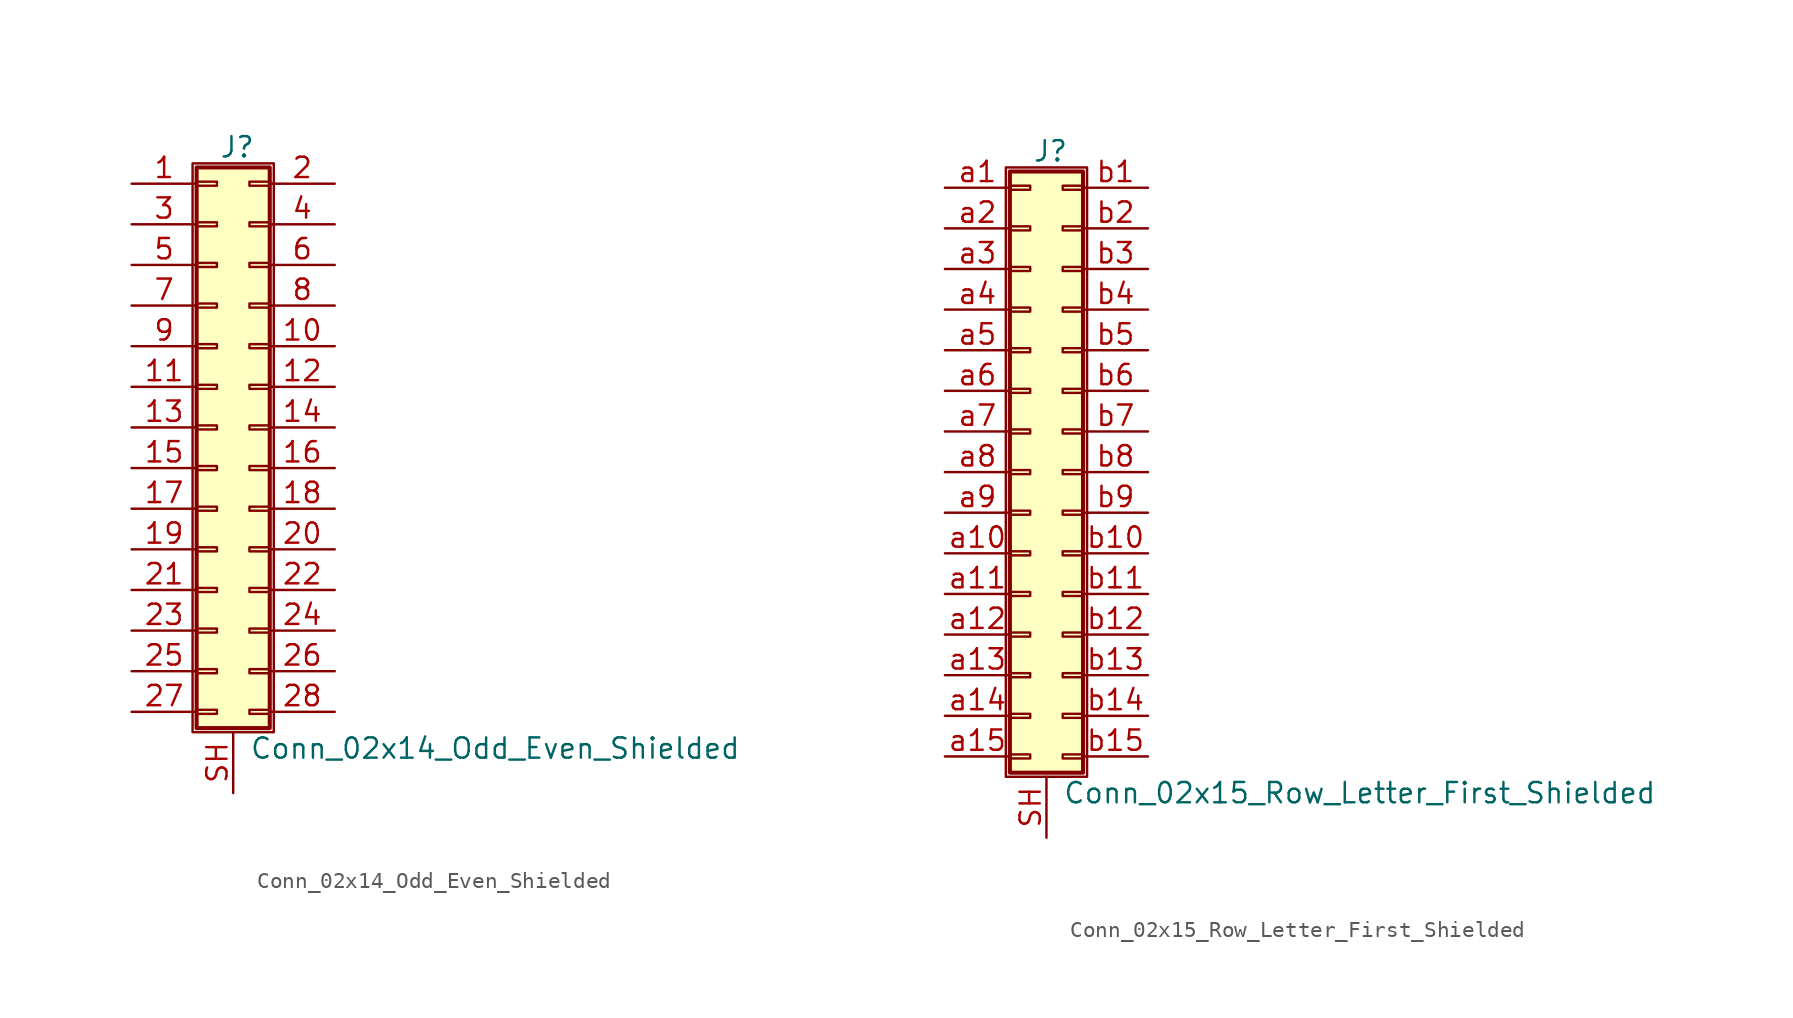
<source format=kicad_sym>
(kicad_symbol_lib
  (version 20211014)
  (generator kicad_symbol_editor)
  (symbol "Conn_02x14_Odd_Even_Shielded"
    (pin_names
      (offset 1.016) hide)
    (property "Reference" "J"
      (at 1.524 17.526 0)
      (effects (font (size 1.27 1.27))))
    (property "Value" "Conn_02x14_Odd_Even_Shielded"
      (at 2.286 -20.066 0)
      (effects (font (size 1.27 1.27)) (justify left)))
    (symbol "Conn_02x14_Odd_Even_Shielded_1_1"
      (rectangle (start -1.27 16.51) (end 3.81 -19.05) (stroke (width 0.152) (type default) (color 0 0 0 0)) (fill (type none)))
      (rectangle (start -1.016 -17.653) (end 0.254 -17.907) (stroke (width 0.152) (type default) (color 0 0 0 0)) (fill (type none)))
      (rectangle (start -1.016 -15.113) (end 0.254 -15.367) (stroke (width 0.152) (type default) (color 0 0 0 0)) (fill (type none)))
      (rectangle (start -1.016 -12.573) (end 0.254 -12.827) (stroke (width 0.152) (type default) (color 0 0 0 0)) (fill (type none)))
      (rectangle (start -1.016 -10.033) (end 0.254 -10.287) (stroke (width 0.152) (type default) (color 0 0 0 0)) (fill (type none)))
      (rectangle (start -1.016 -7.493) (end 0.254 -7.747) (stroke (width 0.152) (type default) (color 0 0 0 0)) (fill (type none)))
      (rectangle (start -1.016 -4.953) (end 0.254 -5.207) (stroke (width 0.152) (type default) (color 0 0 0 0)) (fill (type none)))
      (rectangle (start -1.016 -2.413) (end 0.254 -2.667) (stroke (width 0.152) (type default) (color 0 0 0 0)) (fill (type none)))
      (rectangle (start -1.016 0.127) (end 0.254 -0.127) (stroke (width 0.152) (type default) (color 0 0 0 0)) (fill (type none)))
      (rectangle (start -1.016 2.667) (end 0.254 2.413) (stroke (width 0.152) (type default) (color 0 0 0 0)) (fill (type none)))
      (rectangle (start -1.016 5.207) (end 0.254 4.953) (stroke (width 0.152) (type default) (color 0 0 0 0)) (fill (type none)))
      (rectangle (start -1.016 7.747) (end 0.254 7.493) (stroke (width 0.152) (type default) (color 0 0 0 0)) (fill (type none)))
      (rectangle (start -1.016 10.287) (end 0.254 10.033) (stroke (width 0.152) (type default) (color 0 0 0 0)) (fill (type none)))
      (rectangle (start -1.016 12.827) (end 0.254 12.573) (stroke (width 0.152) (type default) (color 0 0 0 0)) (fill (type none)))
      (rectangle (start -1.016 15.367) (end 0.254 15.113) (stroke (width 0.152) (type default) (color 0 0 0 0)) (fill (type none)))
      (rectangle (start -1.016 16.256) (end 3.556 -18.796) (stroke (width 0.254) (type default) (color 0 0 0 0)) (fill (type background)))
      (rectangle (start 3.556 -17.653) (end 2.286 -17.907) (stroke (width 0.152) (type default) (color 0 0 0 0)) (fill (type none)))
      (rectangle (start 3.556 -15.113) (end 2.286 -15.367) (stroke (width 0.152) (type default) (color 0 0 0 0)) (fill (type none)))
      (rectangle (start 3.556 -12.573) (end 2.286 -12.827) (stroke (width 0.152) (type default) (color 0 0 0 0)) (fill (type none)))
      (rectangle (start 3.556 -10.033) (end 2.286 -10.287) (stroke (width 0.152) (type default) (color 0 0 0 0)) (fill (type none)))
      (rectangle (start 3.556 -7.493) (end 2.286 -7.747) (stroke (width 0.152) (type default) (color 0 0 0 0)) (fill (type none)))
      (rectangle (start 3.556 -4.953) (end 2.286 -5.207) (stroke (width 0.152) (type default) (color 0 0 0 0)) (fill (type none)))
      (rectangle (start 3.556 -2.413) (end 2.286 -2.667) (stroke (width 0.152) (type default) (color 0 0 0 0)) (fill (type none)))
      (rectangle (start 3.556 0.127) (end 2.286 -0.127) (stroke (width 0.152) (type default) (color 0 0 0 0)) (fill (type none)))
      (rectangle (start 3.556 2.667) (end 2.286 2.413) (stroke (width 0.152) (type default) (color 0 0 0 0)) (fill (type none)))
      (rectangle (start 3.556 5.207) (end 2.286 4.953) (stroke (width 0.152) (type default) (color 0 0 0 0)) (fill (type none)))
      (rectangle (start 3.556 7.747) (end 2.286 7.493) (stroke (width 0.152) (type default) (color 0 0 0 0)) (fill (type none)))
      (rectangle (start 3.556 10.287) (end 2.286 10.033) (stroke (width 0.152) (type default) (color 0 0 0 0)) (fill (type none)))
      (rectangle (start 3.556 12.827) (end 2.286 12.573) (stroke (width 0.152) (type default) (color 0 0 0 0)) (fill (type none)))
      (rectangle (start 3.556 15.367) (end 2.286 15.113) (stroke (width 0.152) (type default) (color 0 0 0 0)) (fill (type none)))
      (pin passive line (at -5.08 15.24 0) (length 4.064) (name "Pin_1" (effects (font (size 1.27 1.27)))) (number "1" (effects (font (size 1.27 1.27)))))
      (pin passive line (at 7.62 5.08 180) (length 4.064) (name "Pin_10" (effects (font (size 1.27 1.27)))) (number "10" (effects (font (size 1.27 1.27)))))
      (pin passive line (at -5.08 2.54 0) (length 4.064) (name "Pin_11" (effects (font (size 1.27 1.27)))) (number "11" (effects (font (size 1.27 1.27)))))
      (pin passive line (at 7.62 2.54 180) (length 4.064) (name "Pin_12" (effects (font (size 1.27 1.27)))) (number "12" (effects (font (size 1.27 1.27)))))
      (pin passive line (at -5.08 0 0) (length 4.064) (name "Pin_13" (effects (font (size 1.27 1.27)))) (number "13" (effects (font (size 1.27 1.27)))))
      (pin passive line (at 7.62 0 180) (length 4.064) (name "Pin_14" (effects (font (size 1.27 1.27)))) (number "14" (effects (font (size 1.27 1.27)))))
      (pin passive line (at -5.08 -2.54 0) (length 4.064) (name "Pin_15" (effects (font (size 1.27 1.27)))) (number "15" (effects (font (size 1.27 1.27)))))
      (pin passive line (at 7.62 -2.54 180) (length 4.064) (name "Pin_16" (effects (font (size 1.27 1.27)))) (number "16" (effects (font (size 1.27 1.27)))))
      (pin passive line (at -5.08 -5.08 0) (length 4.064) (name "Pin_17" (effects (font (size 1.27 1.27)))) (number "17" (effects (font (size 1.27 1.27)))))
      (pin passive line (at 7.62 -5.08 180) (length 4.064) (name "Pin_18" (effects (font (size 1.27 1.27)))) (number "18" (effects (font (size 1.27 1.27)))))
      (pin passive line (at -5.08 -7.62 0) (length 4.064) (name "Pin_19" (effects (font (size 1.27 1.27)))) (number "19" (effects (font (size 1.27 1.27)))))
      (pin passive line (at 7.62 15.24 180) (length 4.064) (name "Pin_2" (effects (font (size 1.27 1.27)))) (number "2" (effects (font (size 1.27 1.27)))))
      (pin passive line (at 7.62 -7.62 180) (length 4.064) (name "Pin_20" (effects (font (size 1.27 1.27)))) (number "20" (effects (font (size 1.27 1.27)))))
      (pin passive line (at -5.08 -10.16 0) (length 4.064) (name "Pin_21" (effects (font (size 1.27 1.27)))) (number "21" (effects (font (size 1.27 1.27)))))
      (pin passive line (at 7.62 -10.16 180) (length 4.064) (name "Pin_22" (effects (font (size 1.27 1.27)))) (number "22" (effects (font (size 1.27 1.27)))))
      (pin passive line (at -5.08 -12.7 0) (length 4.064) (name "Pin_23" (effects (font (size 1.27 1.27)))) (number "23" (effects (font (size 1.27 1.27)))))
      (pin passive line (at 7.62 -12.7 180) (length 4.064) (name "Pin_24" (effects (font (size 1.27 1.27)))) (number "24" (effects (font (size 1.27 1.27)))))
      (pin passive line (at -5.08 -15.24 0) (length 4.064) (name "Pin_25" (effects (font (size 1.27 1.27)))) (number "25" (effects (font (size 1.27 1.27)))))
      (pin passive line (at 7.62 -15.24 180) (length 4.064) (name "Pin_26" (effects (font (size 1.27 1.27)))) (number "26" (effects (font (size 1.27 1.27)))))
      (pin passive line (at -5.08 -17.78 0) (length 4.064) (name "Pin_27" (effects (font (size 1.27 1.27)))) (number "27" (effects (font (size 1.27 1.27)))))
      (pin passive line (at 7.62 -17.78 180) (length 4.064) (name "Pin_28" (effects (font (size 1.27 1.27)))) (number "28" (effects (font (size 1.27 1.27)))))
      (pin passive line (at -5.08 12.7 0) (length 4.064) (name "Pin_3" (effects (font (size 1.27 1.27)))) (number "3" (effects (font (size 1.27 1.27)))))
      (pin passive line (at 7.62 12.7 180) (length 4.064) (name "Pin_4" (effects (font (size 1.27 1.27)))) (number "4" (effects (font (size 1.27 1.27)))))
      (pin passive line (at -5.08 10.16 0) (length 4.064) (name "Pin_5" (effects (font (size 1.27 1.27)))) (number "5" (effects (font (size 1.27 1.27)))))
      (pin passive line (at 7.62 10.16 180) (length 4.064) (name "Pin_6" (effects (font (size 1.27 1.27)))) (number "6" (effects (font (size 1.27 1.27)))))
      (pin passive line (at -5.08 7.62 0) (length 4.064) (name "Pin_7" (effects (font (size 1.27 1.27)))) (number "7" (effects (font (size 1.27 1.27)))))
      (pin passive line (at 7.62 7.62 180) (length 4.064) (name "Pin_8" (effects (font (size 1.27 1.27)))) (number "8" (effects (font (size 1.27 1.27)))))
      (pin passive line (at -5.08 5.08 0) (length 4.064) (name "Pin_9" (effects (font (size 1.27 1.27)))) (number "9" (effects (font (size 1.27 1.27)))))
      (pin passive line (at 1.27 -22.86 90) (length 3.81) (name "Shield" (effects (font (size 1.27 1.27)))) (number "SH" (effects (font (size 1.27 1.27)))))))
  (symbol "Conn_02x15_Row_Letter_First_Shielded"
    (pin_names
      (offset 1.016) hide)
    (property "Reference" "J"
      (at 1.524 20.066 0)
      (effects (font (size 1.27 1.27))))
    (property "Value" "Conn_02x15_Row_Letter_First_Shielded"
      (at 2.286 -20.066 0)
      (effects (font (size 1.27 1.27)) (justify left)))
    (symbol "Conn_02x15_Row_Letter_First_Shielded_1_1"
      (rectangle (start -1.27 19.05) (end 3.81 -19.05) (stroke (width 0.152) (type default) (color 0 0 0 0)) (fill (type none)))
      (rectangle (start -1.016 -17.653) (end 0.254 -17.907) (stroke (width 0.152) (type default) (color 0 0 0 0)) (fill (type none)))
      (rectangle (start -1.016 -15.113) (end 0.254 -15.367) (stroke (width 0.152) (type default) (color 0 0 0 0)) (fill (type none)))
      (rectangle (start -1.016 -12.573) (end 0.254 -12.827) (stroke (width 0.152) (type default) (color 0 0 0 0)) (fill (type none)))
      (rectangle (start -1.016 -10.033) (end 0.254 -10.287) (stroke (width 0.152) (type default) (color 0 0 0 0)) (fill (type none)))
      (rectangle (start -1.016 -7.493) (end 0.254 -7.747) (stroke (width 0.152) (type default) (color 0 0 0 0)) (fill (type none)))
      (rectangle (start -1.016 -4.953) (end 0.254 -5.207) (stroke (width 0.152) (type default) (color 0 0 0 0)) (fill (type none)))
      (rectangle (start -1.016 -2.413) (end 0.254 -2.667) (stroke (width 0.152) (type default) (color 0 0 0 0)) (fill (type none)))
      (rectangle (start -1.016 0.127) (end 0.254 -0.127) (stroke (width 0.152) (type default) (color 0 0 0 0)) (fill (type none)))
      (rectangle (start -1.016 2.667) (end 0.254 2.413) (stroke (width 0.152) (type default) (color 0 0 0 0)) (fill (type none)))
      (rectangle (start -1.016 5.207) (end 0.254 4.953) (stroke (width 0.152) (type default) (color 0 0 0 0)) (fill (type none)))
      (rectangle (start -1.016 7.747) (end 0.254 7.493) (stroke (width 0.152) (type default) (color 0 0 0 0)) (fill (type none)))
      (rectangle (start -1.016 10.287) (end 0.254 10.033) (stroke (width 0.152) (type default) (color 0 0 0 0)) (fill (type none)))
      (rectangle (start -1.016 12.827) (end 0.254 12.573) (stroke (width 0.152) (type default) (color 0 0 0 0)) (fill (type none)))
      (rectangle (start -1.016 15.367) (end 0.254 15.113) (stroke (width 0.152) (type default) (color 0 0 0 0)) (fill (type none)))
      (rectangle (start -1.016 17.907) (end 0.254 17.653) (stroke (width 0.152) (type default) (color 0 0 0 0)) (fill (type none)))
      (rectangle (start -1.016 18.796) (end 3.556 -18.796) (stroke (width 0.254) (type default) (color 0 0 0 0)) (fill (type background)))
      (rectangle (start 3.556 -17.653) (end 2.286 -17.907) (stroke (width 0.152) (type default) (color 0 0 0 0)) (fill (type none)))
      (rectangle (start 3.556 -15.113) (end 2.286 -15.367) (stroke (width 0.152) (type default) (color 0 0 0 0)) (fill (type none)))
      (rectangle (start 3.556 -12.573) (end 2.286 -12.827) (stroke (width 0.152) (type default) (color 0 0 0 0)) (fill (type none)))
      (rectangle (start 3.556 -10.033) (end 2.286 -10.287) (stroke (width 0.152) (type default) (color 0 0 0 0)) (fill (type none)))
      (rectangle (start 3.556 -7.493) (end 2.286 -7.747) (stroke (width 0.152) (type default) (color 0 0 0 0)) (fill (type none)))
      (rectangle (start 3.556 -4.953) (end 2.286 -5.207) (stroke (width 0.152) (type default) (color 0 0 0 0)) (fill (type none)))
      (rectangle (start 3.556 -2.413) (end 2.286 -2.667) (stroke (width 0.152) (type default) (color 0 0 0 0)) (fill (type none)))
      (rectangle (start 3.556 0.127) (end 2.286 -0.127) (stroke (width 0.152) (type default) (color 0 0 0 0)) (fill (type none)))
      (rectangle (start 3.556 2.667) (end 2.286 2.413) (stroke (width 0.152) (type default) (color 0 0 0 0)) (fill (type none)))
      (rectangle (start 3.556 5.207) (end 2.286 4.953) (stroke (width 0.152) (type default) (color 0 0 0 0)) (fill (type none)))
      (rectangle (start 3.556 7.747) (end 2.286 7.493) (stroke (width 0.152) (type default) (color 0 0 0 0)) (fill (type none)))
      (rectangle (start 3.556 10.287) (end 2.286 10.033) (stroke (width 0.152) (type default) (color 0 0 0 0)) (fill (type none)))
      (rectangle (start 3.556 12.827) (end 2.286 12.573) (stroke (width 0.152) (type default) (color 0 0 0 0)) (fill (type none)))
      (rectangle (start 3.556 15.367) (end 2.286 15.113) (stroke (width 0.152) (type default) (color 0 0 0 0)) (fill (type none)))
      (rectangle (start 3.556 17.907) (end 2.286 17.653) (stroke (width 0.152) (type default) (color 0 0 0 0)) (fill (type none)))
      (pin passive line (at 1.27 -22.86 90) (length 3.81) (name "Shield" (effects (font (size 1.27 1.27)))) (number "SH" (effects (font (size 1.27 1.27)))))
      (pin passive line (at -5.08 17.78 0) (length 4.064) (name "Pin_a1" (effects (font (size 1.27 1.27)))) (number "a1" (effects (font (size 1.27 1.27)))))
      (pin passive line (at -5.08 -5.08 0) (length 4.064) (name "Pin_a10" (effects (font (size 1.27 1.27)))) (number "a10" (effects (font (size 1.27 1.27)))))
      (pin passive line (at -5.08 -7.62 0) (length 4.064) (name "Pin_a11" (effects (font (size 1.27 1.27)))) (number "a11" (effects (font (size 1.27 1.27)))))
      (pin passive line (at -5.08 -10.16 0) (length 4.064) (name "Pin_a12" (effects (font (size 1.27 1.27)))) (number "a12" (effects (font (size 1.27 1.27)))))
      (pin passive line (at -5.08 -12.7 0) (length 4.064) (name "Pin_a13" (effects (font (size 1.27 1.27)))) (number "a13" (effects (font (size 1.27 1.27)))))
      (pin passive line (at -5.08 -15.24 0) (length 4.064) (name "Pin_a14" (effects (font (size 1.27 1.27)))) (number "a14" (effects (font (size 1.27 1.27)))))
      (pin passive line (at -5.08 -17.78 0) (length 4.064) (name "Pin_a15" (effects (font (size 1.27 1.27)))) (number "a15" (effects (font (size 1.27 1.27)))))
      (pin passive line (at -5.08 15.24 0) (length 4.064) (name "Pin_a2" (effects (font (size 1.27 1.27)))) (number "a2" (effects (font (size 1.27 1.27)))))
      (pin passive line (at -5.08 12.7 0) (length 4.064) (name "Pin_a3" (effects (font (size 1.27 1.27)))) (number "a3" (effects (font (size 1.27 1.27)))))
      (pin passive line (at -5.08 10.16 0) (length 4.064) (name "Pin_a4" (effects (font (size 1.27 1.27)))) (number "a4" (effects (font (size 1.27 1.27)))))
      (pin passive line (at -5.08 7.62 0) (length 4.064) (name "Pin_a5" (effects (font (size 1.27 1.27)))) (number "a5" (effects (font (size 1.27 1.27)))))
      (pin passive line (at -5.08 5.08 0) (length 4.064) (name "Pin_a6" (effects (font (size 1.27 1.27)))) (number "a6" (effects (font (size 1.27 1.27)))))
      (pin passive line (at -5.08 2.54 0) (length 4.064) (name "Pin_a7" (effects (font (size 1.27 1.27)))) (number "a7" (effects (font (size 1.27 1.27)))))
      (pin passive line (at -5.08 0 0) (length 4.064) (name "Pin_a8" (effects (font (size 1.27 1.27)))) (number "a8" (effects (font (size 1.27 1.27)))))
      (pin passive line (at -5.08 -2.54 0) (length 4.064) (name "Pin_a9" (effects (font (size 1.27 1.27)))) (number "a9" (effects (font (size 1.27 1.27)))))
      (pin passive line (at 7.62 17.78 180) (length 4.064) (name "Pin_b1" (effects (font (size 1.27 1.27)))) (number "b1" (effects (font (size 1.27 1.27)))))
      (pin passive line (at 7.62 -5.08 180) (length 4.064) (name "Pin_b10" (effects (font (size 1.27 1.27)))) (number "b10" (effects (font (size 1.27 1.27)))))
      (pin passive line (at 7.62 -7.62 180) (length 4.064) (name "Pin_b11" (effects (font (size 1.27 1.27)))) (number "b11" (effects (font (size 1.27 1.27)))))
      (pin passive line (at 7.62 -10.16 180) (length 4.064) (name "Pin_b12" (effects (font (size 1.27 1.27)))) (number "b12" (effects (font (size 1.27 1.27)))))
      (pin passive line (at 7.62 -12.7 180) (length 4.064) (name "Pin_b13" (effects (font (size 1.27 1.27)))) (number "b13" (effects (font (size 1.27 1.27)))))
      (pin passive line (at 7.62 -15.24 180) (length 4.064) (name "Pin_b14" (effects (font (size 1.27 1.27)))) (number "b14" (effects (font (size 1.27 1.27)))))
      (pin passive line (at 7.62 -17.78 180) (length 4.064) (name "Pin_b15" (effects (font (size 1.27 1.27)))) (number "b15" (effects (font (size 1.27 1.27)))))
      (pin passive line (at 7.62 15.24 180) (length 4.064) (name "Pin_b2" (effects (font (size 1.27 1.27)))) (number "b2" (effects (font (size 1.27 1.27)))))
      (pin passive line (at 7.62 12.7 180) (length 4.064) (name "Pin_b3" (effects (font (size 1.27 1.27)))) (number "b3" (effects (font (size 1.27 1.27)))))
      (pin passive line (at 7.62 10.16 180) (length 4.064) (name "Pin_b4" (effects (font (size 1.27 1.27)))) (number "b4" (effects (font (size 1.27 1.27)))))
      (pin passive line (at 7.62 7.62 180) (length 4.064) (name "Pin_b5" (effects (font (size 1.27 1.27)))) (number "b5" (effects (font (size 1.27 1.27)))))
      (pin passive line (at 7.62 5.08 180) (length 4.064) (name "Pin_b6" (effects (font (size 1.27 1.27)))) (number "b6" (effects (font (size 1.27 1.27)))))
      (pin passive line (at 7.62 2.54 180) (length 4.064) (name "Pin_b7" (effects (font (size 1.27 1.27)))) (number "b7" (effects (font (size 1.27 1.27)))))
      (pin passive line (at 7.62 0 180) (length 4.064) (name "Pin_b8" (effects (font (size 1.27 1.27)))) (number "b8" (effects (font (size 1.27 1.27)))))
      (pin passive line (at 7.62 -2.54 180) (length 4.064) (name "Pin_b9" (effects (font (size 1.27 1.27)))) (number "b9" (effects (font (size 1.27 1.27))))))))
</source>
